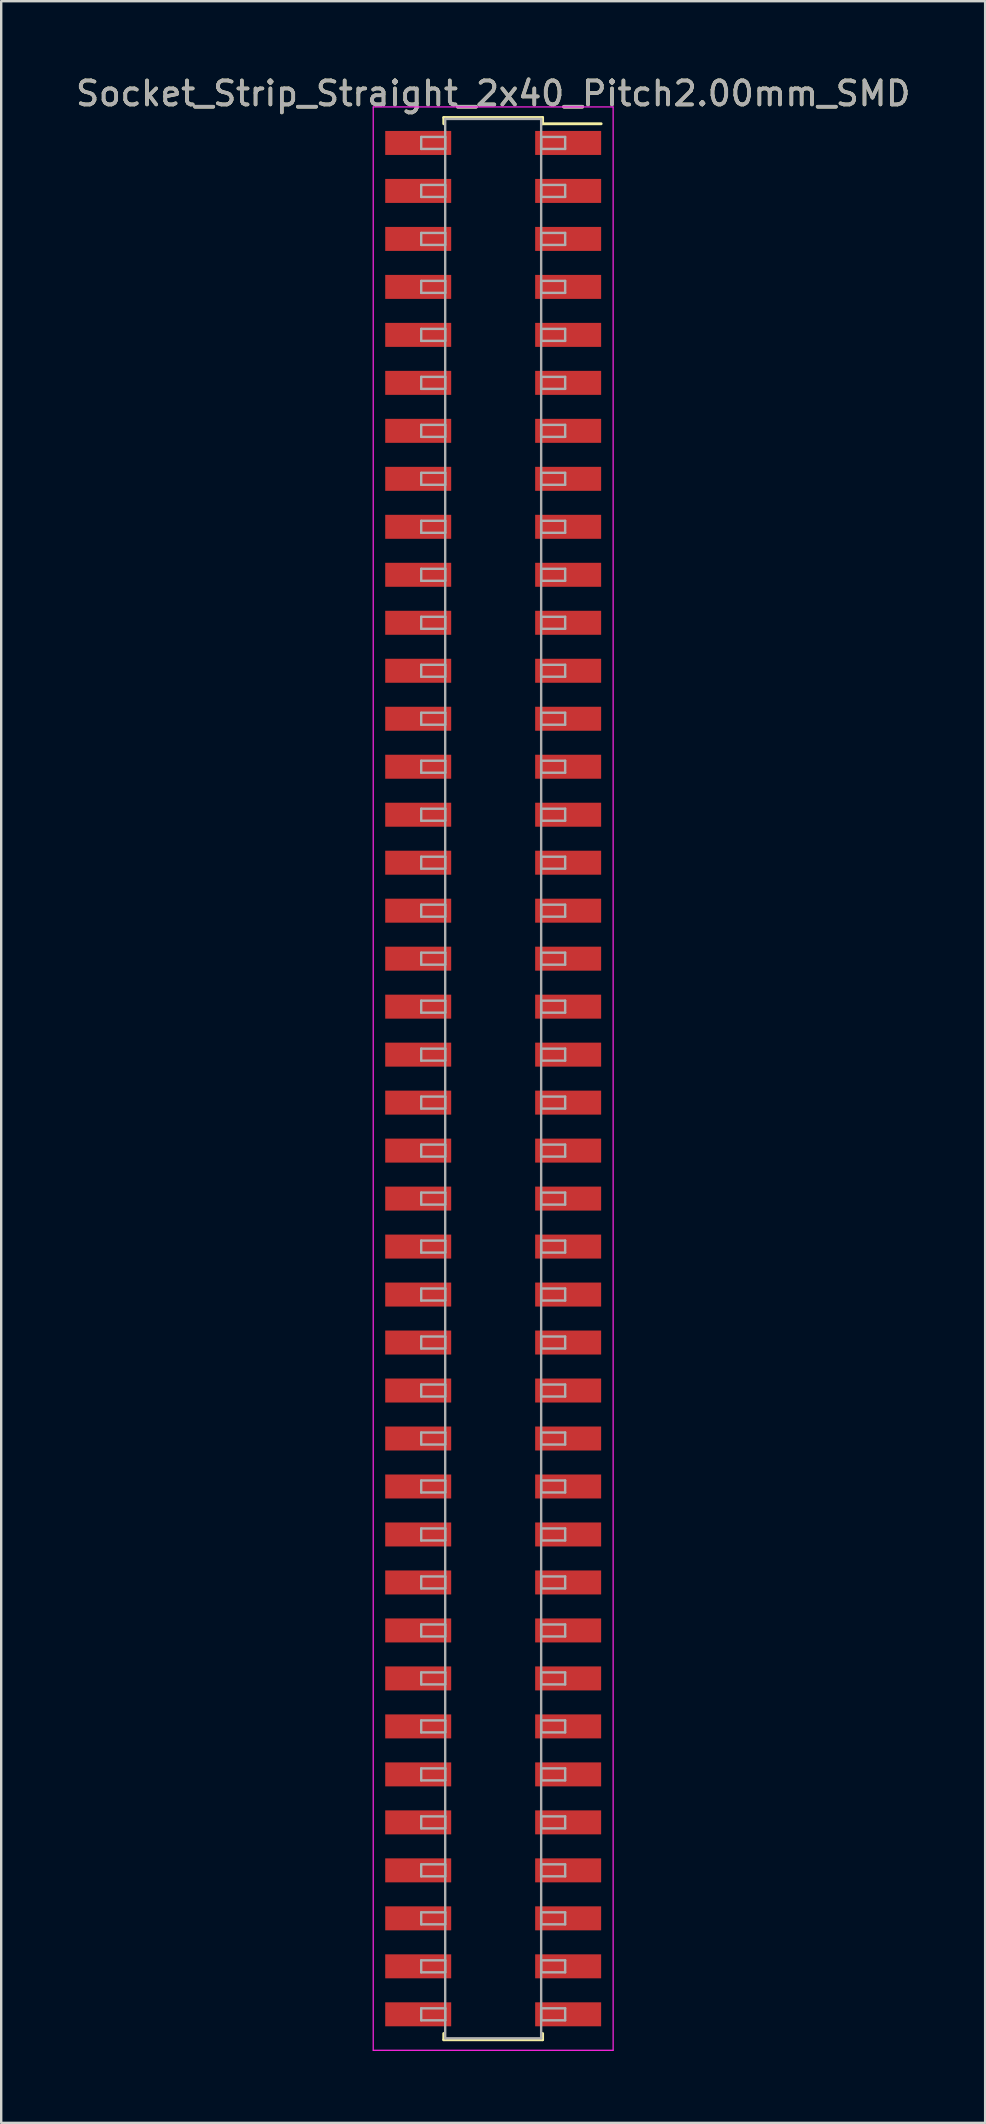
<source format=kicad_pcb>
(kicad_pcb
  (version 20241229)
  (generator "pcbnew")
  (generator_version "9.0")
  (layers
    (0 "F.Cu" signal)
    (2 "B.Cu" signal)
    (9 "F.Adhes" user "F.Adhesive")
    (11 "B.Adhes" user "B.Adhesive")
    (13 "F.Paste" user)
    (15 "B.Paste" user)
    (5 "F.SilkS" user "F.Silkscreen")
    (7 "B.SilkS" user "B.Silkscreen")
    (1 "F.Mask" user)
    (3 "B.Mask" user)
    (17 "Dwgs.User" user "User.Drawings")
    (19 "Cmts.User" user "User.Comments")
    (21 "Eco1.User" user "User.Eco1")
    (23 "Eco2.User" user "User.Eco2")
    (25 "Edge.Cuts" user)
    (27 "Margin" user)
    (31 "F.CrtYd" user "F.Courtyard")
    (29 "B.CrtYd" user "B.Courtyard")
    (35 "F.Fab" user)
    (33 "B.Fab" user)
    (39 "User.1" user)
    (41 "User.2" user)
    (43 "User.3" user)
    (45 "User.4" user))
  (footprint "Socket_Strip_Straight_2x40_Pitch2.00mm_SMD"
    (layer "F.Cu")
    (at 17.506 41.908)
    (property "Reference" "Socket_Strip_Straight_2x40_Pitch2.00mm_SMD" (at 0 -41.06 0) (layer "F.SilkS") (effects (font (size 1 1) (thickness 0.15))))
    (attr smd)
    (fp_line (start -2.06 -40.06) (end 2.06 -40.06) (stroke (width 0.12) (type solid)) (layer "F.SilkS"))
    (fp_line (start -2.06 -39.8) (end -2.06 -40.06) (stroke (width 0.12) (type solid)) (layer "F.SilkS"))
    (fp_line (start -2.06 39.8) (end -2.06 40.06) (stroke (width 0.12) (type solid)) (layer "F.SilkS"))
    (fp_line (start -2.06 40.06) (end 2.06 40.06) (stroke (width 0.12) (type solid)) (layer "F.SilkS"))
    (fp_line (start 2.06 -40.06) (end 2.06 -39.8) (stroke (width 0.12) (type solid)) (layer "F.SilkS"))
    (fp_line (start 2.06 40.06) (end 2.06 39.8) (stroke (width 0.12) (type solid)) (layer "F.SilkS"))
    (fp_line (start 4.5 -39.8) (end 2.06 -39.8) (stroke (width 0.12) (type solid)) (layer "F.SilkS"))
    (fp_line (start -5 -40.5) (end -5 40.5) (stroke (width 0.05) (type solid)) (layer "F.CrtYd"))
    (fp_line (start -5 40.5) (end 5 40.5) (stroke (width 0.05) (type solid)) (layer "F.CrtYd"))
    (fp_line (start 5 -40.5) (end -5 -40.5) (stroke (width 0.05) (type solid)) (layer "F.CrtYd"))
    (fp_line (start 5 40.5) (end 5 -40.5) (stroke (width 0.05) (type solid)) (layer "F.CrtYd"))
    (fp_line (start -3 -39.25) (end -2 -39.25) (stroke (width 0.1) (type solid)) (layer "F.Fab"))
    (fp_line (start -3 -38.75) (end -3 -39.25) (stroke (width 0.1) (type solid)) (layer "F.Fab"))
    (fp_line (start -3 -37.25) (end -2 -37.25) (stroke (width 0.1) (type solid)) (layer "F.Fab"))
    (fp_line (start -3 -36.75) (end -3 -37.25) (stroke (width 0.1) (type solid)) (layer "F.Fab"))
    (fp_line (start -3 -35.25) (end -2 -35.25) (stroke (width 0.1) (type solid)) (layer "F.Fab"))
    (fp_line (start -3 -34.75) (end -3 -35.25) (stroke (width 0.1) (type solid)) (layer "F.Fab"))
    (fp_line (start -3 -33.25) (end -2 -33.25) (stroke (width 0.1) (type solid)) (layer "F.Fab"))
    (fp_line (start -3 -32.75) (end -3 -33.25) (stroke (width 0.1) (type solid)) (layer "F.Fab"))
    (fp_line (start -3 -31.25) (end -2 -31.25) (stroke (width 0.1) (type solid)) (layer "F.Fab"))
    (fp_line (start -3 -30.75) (end -3 -31.25) (stroke (width 0.1) (type solid)) (layer "F.Fab"))
    (fp_line (start -3 -29.25) (end -2 -29.25) (stroke (width 0.1) (type solid)) (layer "F.Fab"))
    (fp_line (start -3 -28.75) (end -3 -29.25) (stroke (width 0.1) (type solid)) (layer "F.Fab"))
    (fp_line (start -3 -27.25) (end -2 -27.25) (stroke (width 0.1) (type solid)) (layer "F.Fab"))
    (fp_line (start -3 -26.75) (end -3 -27.25) (stroke (width 0.1) (type solid)) (layer "F.Fab"))
    (fp_line (start -3 -25.25) (end -2 -25.25) (stroke (width 0.1) (type solid)) (layer "F.Fab"))
    (fp_line (start -3 -24.75) (end -3 -25.25) (stroke (width 0.1) (type solid)) (layer "F.Fab"))
    (fp_line (start -3 -23.25) (end -2 -23.25) (stroke (width 0.1) (type solid)) (layer "F.Fab"))
    (fp_line (start -3 -22.75) (end -3 -23.25) (stroke (width 0.1) (type solid)) (layer "F.Fab"))
    (fp_line (start -3 -21.25) (end -2 -21.25) (stroke (width 0.1) (type solid)) (layer "F.Fab"))
    (fp_line (start -3 -20.75) (end -3 -21.25) (stroke (width 0.1) (type solid)) (layer "F.Fab"))
    (fp_line (start -3 -19.25) (end -2 -19.25) (stroke (width 0.1) (type solid)) (layer "F.Fab"))
    (fp_line (start -3 -18.75) (end -3 -19.25) (stroke (width 0.1) (type solid)) (layer "F.Fab"))
    (fp_line (start -3 -17.25) (end -2 -17.25) (stroke (width 0.1) (type solid)) (layer "F.Fab"))
    (fp_line (start -3 -16.75) (end -3 -17.25) (stroke (width 0.1) (type solid)) (layer "F.Fab"))
    (fp_line (start -3 -15.25) (end -2 -15.25) (stroke (width 0.1) (type solid)) (layer "F.Fab"))
    (fp_line (start -3 -14.75) (end -3 -15.25) (stroke (width 0.1) (type solid)) (layer "F.Fab"))
    (fp_line (start -3 -13.25) (end -2 -13.25) (stroke (width 0.1) (type solid)) (layer "F.Fab"))
    (fp_line (start -3 -12.75) (end -3 -13.25) (stroke (width 0.1) (type solid)) (layer "F.Fab"))
    (fp_line (start -3 -11.25) (end -2 -11.25) (stroke (width 0.1) (type solid)) (layer "F.Fab"))
    (fp_line (start -3 -10.75) (end -3 -11.25) (stroke (width 0.1) (type solid)) (layer "F.Fab"))
    (fp_line (start -3 -9.25) (end -2 -9.25) (stroke (width 0.1) (type solid)) (layer "F.Fab"))
    (fp_line (start -3 -8.75) (end -3 -9.25) (stroke (width 0.1) (type solid)) (layer "F.Fab"))
    (fp_line (start -3 -7.25) (end -2 -7.25) (stroke (width 0.1) (type solid)) (layer "F.Fab"))
    (fp_line (start -3 -6.75) (end -3 -7.25) (stroke (width 0.1) (type solid)) (layer "F.Fab"))
    (fp_line (start -3 -5.25) (end -2 -5.25) (stroke (width 0.1) (type solid)) (layer "F.Fab"))
    (fp_line (start -3 -4.75) (end -3 -5.25) (stroke (width 0.1) (type solid)) (layer "F.Fab"))
    (fp_line (start -3 -3.25) (end -2 -3.25) (stroke (width 0.1) (type solid)) (layer "F.Fab"))
    (fp_line (start -3 -2.75) (end -3 -3.25) (stroke (width 0.1) (type solid)) (layer "F.Fab"))
    (fp_line (start -3 -1.25) (end -2 -1.25) (stroke (width 0.1) (type solid)) (layer "F.Fab"))
    (fp_line (start -3 -0.75) (end -3 -1.25) (stroke (width 0.1) (type solid)) (layer "F.Fab"))
    (fp_line (start -3 0.75) (end -2 0.75) (stroke (width 0.1) (type solid)) (layer "F.Fab"))
    (fp_line (start -3 1.25) (end -3 0.75) (stroke (width 0.1) (type solid)) (layer "F.Fab"))
    (fp_line (start -3 2.75) (end -2 2.75) (stroke (width 0.1) (type solid)) (layer "F.Fab"))
    (fp_line (start -3 3.25) (end -3 2.75) (stroke (width 0.1) (type solid)) (layer "F.Fab"))
    (fp_line (start -3 4.75) (end -2 4.75) (stroke (width 0.1) (type solid)) (layer "F.Fab"))
    (fp_line (start -3 5.25) (end -3 4.75) (stroke (width 0.1) (type solid)) (layer "F.Fab"))
    (fp_line (start -3 6.75) (end -2 6.75) (stroke (width 0.1) (type solid)) (layer "F.Fab"))
    (fp_line (start -3 7.25) (end -3 6.75) (stroke (width 0.1) (type solid)) (layer "F.Fab"))
    (fp_line (start -3 8.75) (end -2 8.75) (stroke (width 0.1) (type solid)) (layer "F.Fab"))
    (fp_line (start -3 9.25) (end -3 8.75) (stroke (width 0.1) (type solid)) (layer "F.Fab"))
    (fp_line (start -3 10.75) (end -2 10.75) (stroke (width 0.1) (type solid)) (layer "F.Fab"))
    (fp_line (start -3 11.25) (end -3 10.75) (stroke (width 0.1) (type solid)) (layer "F.Fab"))
    (fp_line (start -3 12.75) (end -2 12.75) (stroke (width 0.1) (type solid)) (layer "F.Fab"))
    (fp_line (start -3 13.25) (end -3 12.75) (stroke (width 0.1) (type solid)) (layer "F.Fab"))
    (fp_line (start -3 14.75) (end -2 14.75) (stroke (width 0.1) (type solid)) (layer "F.Fab"))
    (fp_line (start -3 15.25) (end -3 14.75) (stroke (width 0.1) (type solid)) (layer "F.Fab"))
    (fp_line (start -3 16.75) (end -2 16.75) (stroke (width 0.1) (type solid)) (layer "F.Fab"))
    (fp_line (start -3 17.25) (end -3 16.75) (stroke (width 0.1) (type solid)) (layer "F.Fab"))
    (fp_line (start -3 18.75) (end -2 18.75) (stroke (width 0.1) (type solid)) (layer "F.Fab"))
    (fp_line (start -3 19.25) (end -3 18.75) (stroke (width 0.1) (type solid)) (layer "F.Fab"))
    (fp_line (start -3 20.75) (end -2 20.75) (stroke (width 0.1) (type solid)) (layer "F.Fab"))
    (fp_line (start -3 21.25) (end -3 20.75) (stroke (width 0.1) (type solid)) (layer "F.Fab"))
    (fp_line (start -3 22.75) (end -2 22.75) (stroke (width 0.1) (type solid)) (layer "F.Fab"))
    (fp_line (start -3 23.25) (end -3 22.75) (stroke (width 0.1) (type solid)) (layer "F.Fab"))
    (fp_line (start -3 24.75) (end -2 24.75) (stroke (width 0.1) (type solid)) (layer "F.Fab"))
    (fp_line (start -3 25.25) (end -3 24.75) (stroke (width 0.1) (type solid)) (layer "F.Fab"))
    (fp_line (start -3 26.75) (end -2 26.75) (stroke (width 0.1) (type solid)) (layer "F.Fab"))
    (fp_line (start -3 27.25) (end -3 26.75) (stroke (width 0.1) (type solid)) (layer "F.Fab"))
    (fp_line (start -3 28.75) (end -2 28.75) (stroke (width 0.1) (type solid)) (layer "F.Fab"))
    (fp_line (start -3 29.25) (end -3 28.75) (stroke (width 0.1) (type solid)) (layer "F.Fab"))
    (fp_line (start -3 30.75) (end -2 30.75) (stroke (width 0.1) (type solid)) (layer "F.Fab"))
    (fp_line (start -3 31.25) (end -3 30.75) (stroke (width 0.1) (type solid)) (layer "F.Fab"))
    (fp_line (start -3 32.75) (end -2 32.75) (stroke (width 0.1) (type solid)) (layer "F.Fab"))
    (fp_line (start -3 33.25) (end -3 32.75) (stroke (width 0.1) (type solid)) (layer "F.Fab"))
    (fp_line (start -3 34.75) (end -2 34.75) (stroke (width 0.1) (type solid)) (layer "F.Fab"))
    (fp_line (start -3 35.25) (end -3 34.75) (stroke (width 0.1) (type solid)) (layer "F.Fab"))
    (fp_line (start -3 36.75) (end -2 36.75) (stroke (width 0.1) (type solid)) (layer "F.Fab"))
    (fp_line (start -3 37.25) (end -3 36.75) (stroke (width 0.1) (type solid)) (layer "F.Fab"))
    (fp_line (start -3 38.75) (end -2 38.75) (stroke (width 0.1) (type solid)) (layer "F.Fab"))
    (fp_line (start -3 39.25) (end -3 38.75) (stroke (width 0.1) (type solid)) (layer "F.Fab"))
    (fp_line (start -2 -40) (end -2 40) (stroke (width 0.1) (type solid)) (layer "F.Fab"))
    (fp_line (start -2 -39.25) (end -2 -38.75) (stroke (width 0.1) (type solid)) (layer "F.Fab"))
    (fp_line (start -2 -38.75) (end -3 -38.75) (stroke (width 0.1) (type solid)) (layer "F.Fab"))
    (fp_line (start -2 -37.25) (end -2 -36.75) (stroke (width 0.1) (type solid)) (layer "F.Fab"))
    (fp_line (start -2 -36.75) (end -3 -36.75) (stroke (width 0.1) (type solid)) (layer "F.Fab"))
    (fp_line (start -2 -35.25) (end -2 -34.75) (stroke (width 0.1) (type solid)) (layer "F.Fab"))
    (fp_line (start -2 -34.75) (end -3 -34.75) (stroke (width 0.1) (type solid)) (layer "F.Fab"))
    (fp_line (start -2 -33.25) (end -2 -32.75) (stroke (width 0.1) (type solid)) (layer "F.Fab"))
    (fp_line (start -2 -32.75) (end -3 -32.75) (stroke (width 0.1) (type solid)) (layer "F.Fab"))
    (fp_line (start -2 -31.25) (end -2 -30.75) (stroke (width 0.1) (type solid)) (layer "F.Fab"))
    (fp_line (start -2 -30.75) (end -3 -30.75) (stroke (width 0.1) (type solid)) (layer "F.Fab"))
    (fp_line (start -2 -29.25) (end -2 -28.75) (stroke (width 0.1) (type solid)) (layer "F.Fab"))
    (fp_line (start -2 -28.75) (end -3 -28.75) (stroke (width 0.1) (type solid)) (layer "F.Fab"))
    (fp_line (start -2 -27.25) (end -2 -26.75) (stroke (width 0.1) (type solid)) (layer "F.Fab"))
    (fp_line (start -2 -26.75) (end -3 -26.75) (stroke (width 0.1) (type solid)) (layer "F.Fab"))
    (fp_line (start -2 -25.25) (end -2 -24.75) (stroke (width 0.1) (type solid)) (layer "F.Fab"))
    (fp_line (start -2 -24.75) (end -3 -24.75) (stroke (width 0.1) (type solid)) (layer "F.Fab"))
    (fp_line (start -2 -23.25) (end -2 -22.75) (stroke (width 0.1) (type solid)) (layer "F.Fab"))
    (fp_line (start -2 -22.75) (end -3 -22.75) (stroke (width 0.1) (type solid)) (layer "F.Fab"))
    (fp_line (start -2 -21.25) (end -2 -20.75) (stroke (width 0.1) (type solid)) (layer "F.Fab"))
    (fp_line (start -2 -20.75) (end -3 -20.75) (stroke (width 0.1) (type solid)) (layer "F.Fab"))
    (fp_line (start -2 -19.25) (end -2 -18.75) (stroke (width 0.1) (type solid)) (layer "F.Fab"))
    (fp_line (start -2 -18.75) (end -3 -18.75) (stroke (width 0.1) (type solid)) (layer "F.Fab"))
    (fp_line (start -2 -17.25) (end -2 -16.75) (stroke (width 0.1) (type solid)) (layer "F.Fab"))
    (fp_line (start -2 -16.75) (end -3 -16.75) (stroke (width 0.1) (type solid)) (layer "F.Fab"))
    (fp_line (start -2 -15.25) (end -2 -14.75) (stroke (width 0.1) (type solid)) (layer "F.Fab"))
    (fp_line (start -2 -14.75) (end -3 -14.75) (stroke (width 0.1) (type solid)) (layer "F.Fab"))
    (fp_line (start -2 -13.25) (end -2 -12.75) (stroke (width 0.1) (type solid)) (layer "F.Fab"))
    (fp_line (start -2 -12.75) (end -3 -12.75) (stroke (width 0.1) (type solid)) (layer "F.Fab"))
    (fp_line (start -2 -11.25) (end -2 -10.75) (stroke (width 0.1) (type solid)) (layer "F.Fab"))
    (fp_line (start -2 -10.75) (end -3 -10.75) (stroke (width 0.1) (type solid)) (layer "F.Fab"))
    (fp_line (start -2 -9.25) (end -2 -8.75) (stroke (width 0.1) (type solid)) (layer "F.Fab"))
    (fp_line (start -2 -8.75) (end -3 -8.75) (stroke (width 0.1) (type solid)) (layer "F.Fab"))
    (fp_line (start -2 -7.25) (end -2 -6.75) (stroke (width 0.1) (type solid)) (layer "F.Fab"))
    (fp_line (start -2 -6.75) (end -3 -6.75) (stroke (width 0.1) (type solid)) (layer "F.Fab"))
    (fp_line (start -2 -5.25) (end -2 -4.75) (stroke (width 0.1) (type solid)) (layer "F.Fab"))
    (fp_line (start -2 -4.75) (end -3 -4.75) (stroke (width 0.1) (type solid)) (layer "F.Fab"))
    (fp_line (start -2 -3.25) (end -2 -2.75) (stroke (width 0.1) (type solid)) (layer "F.Fab"))
    (fp_line (start -2 -2.75) (end -3 -2.75) (stroke (width 0.1) (type solid)) (layer "F.Fab"))
    (fp_line (start -2 -1.25) (end -2 -0.75) (stroke (width 0.1) (type solid)) (layer "F.Fab"))
    (fp_line (start -2 -0.75) (end -3 -0.75) (stroke (width 0.1) (type solid)) (layer "F.Fab"))
    (fp_line (start -2 0.75) (end -2 1.25) (stroke (width 0.1) (type solid)) (layer "F.Fab"))
    (fp_line (start -2 1.25) (end -3 1.25) (stroke (width 0.1) (type solid)) (layer "F.Fab"))
    (fp_line (start -2 2.75) (end -2 3.25) (stroke (width 0.1) (type solid)) (layer "F.Fab"))
    (fp_line (start -2 3.25) (end -3 3.25) (stroke (width 0.1) (type solid)) (layer "F.Fab"))
    (fp_line (start -2 4.75) (end -2 5.25) (stroke (width 0.1) (type solid)) (layer "F.Fab"))
    (fp_line (start -2 5.25) (end -3 5.25) (stroke (width 0.1) (type solid)) (layer "F.Fab"))
    (fp_line (start -2 6.75) (end -2 7.25) (stroke (width 0.1) (type solid)) (layer "F.Fab"))
    (fp_line (start -2 7.25) (end -3 7.25) (stroke (width 0.1) (type solid)) (layer "F.Fab"))
    (fp_line (start -2 8.75) (end -2 9.25) (stroke (width 0.1) (type solid)) (layer "F.Fab"))
    (fp_line (start -2 9.25) (end -3 9.25) (stroke (width 0.1) (type solid)) (layer "F.Fab"))
    (fp_line (start -2 10.75) (end -2 11.25) (stroke (width 0.1) (type solid)) (layer "F.Fab"))
    (fp_line (start -2 11.25) (end -3 11.25) (stroke (width 0.1) (type solid)) (layer "F.Fab"))
    (fp_line (start -2 12.75) (end -2 13.25) (stroke (width 0.1) (type solid)) (layer "F.Fab"))
    (fp_line (start -2 13.25) (end -3 13.25) (stroke (width 0.1) (type solid)) (layer "F.Fab"))
    (fp_line (start -2 14.75) (end -2 15.25) (stroke (width 0.1) (type solid)) (layer "F.Fab"))
    (fp_line (start -2 15.25) (end -3 15.25) (stroke (width 0.1) (type solid)) (layer "F.Fab"))
    (fp_line (start -2 16.75) (end -2 17.25) (stroke (width 0.1) (type solid)) (layer "F.Fab"))
    (fp_line (start -2 17.25) (end -3 17.25) (stroke (width 0.1) (type solid)) (layer "F.Fab"))
    (fp_line (start -2 18.75) (end -2 19.25) (stroke (width 0.1) (type solid)) (layer "F.Fab"))
    (fp_line (start -2 19.25) (end -3 19.25) (stroke (width 0.1) (type solid)) (layer "F.Fab"))
    (fp_line (start -2 20.75) (end -2 21.25) (stroke (width 0.1) (type solid)) (layer "F.Fab"))
    (fp_line (start -2 21.25) (end -3 21.25) (stroke (width 0.1) (type solid)) (layer "F.Fab"))
    (fp_line (start -2 22.75) (end -2 23.25) (stroke (width 0.1) (type solid)) (layer "F.Fab"))
    (fp_line (start -2 23.25) (end -3 23.25) (stroke (width 0.1) (type solid)) (layer "F.Fab"))
    (fp_line (start -2 24.75) (end -2 25.25) (stroke (width 0.1) (type solid)) (layer "F.Fab"))
    (fp_line (start -2 25.25) (end -3 25.25) (stroke (width 0.1) (type solid)) (layer "F.Fab"))
    (fp_line (start -2 26.75) (end -2 27.25) (stroke (width 0.1) (type solid)) (layer "F.Fab"))
    (fp_line (start -2 27.25) (end -3 27.25) (stroke (width 0.1) (type solid)) (layer "F.Fab"))
    (fp_line (start -2 28.75) (end -2 29.25) (stroke (width 0.1) (type solid)) (layer "F.Fab"))
    (fp_line (start -2 29.25) (end -3 29.25) (stroke (width 0.1) (type solid)) (layer "F.Fab"))
    (fp_line (start -2 30.75) (end -2 31.25) (stroke (width 0.1) (type solid)) (layer "F.Fab"))
    (fp_line (start -2 31.25) (end -3 31.25) (stroke (width 0.1) (type solid)) (layer "F.Fab"))
    (fp_line (start -2 32.75) (end -2 33.25) (stroke (width 0.1) (type solid)) (layer "F.Fab"))
    (fp_line (start -2 33.25) (end -3 33.25) (stroke (width 0.1) (type solid)) (layer "F.Fab"))
    (fp_line (start -2 34.75) (end -2 35.25) (stroke (width 0.1) (type solid)) (layer "F.Fab"))
    (fp_line (start -2 35.25) (end -3 35.25) (stroke (width 0.1) (type solid)) (layer "F.Fab"))
    (fp_line (start -2 36.75) (end -2 37.25) (stroke (width 0.1) (type solid)) (layer "F.Fab"))
    (fp_line (start -2 37.25) (end -3 37.25) (stroke (width 0.1) (type solid)) (layer "F.Fab"))
    (fp_line (start -2 38.75) (end -2 39.25) (stroke (width 0.1) (type solid)) (layer "F.Fab"))
    (fp_line (start -2 39.25) (end -3 39.25) (stroke (width 0.1) (type solid)) (layer "F.Fab"))
    (fp_line (start -2 40) (end 2 40) (stroke (width 0.1) (type solid)) (layer "F.Fab"))
    (fp_line (start 2 -40) (end -2 -40) (stroke (width 0.1) (type solid)) (layer "F.Fab"))
    (fp_line (start 2 -39.25) (end 2 -38.75) (stroke (width 0.1) (type solid)) (layer "F.Fab"))
    (fp_line (start 2 -38.75) (end 3 -38.75) (stroke (width 0.1) (type solid)) (layer "F.Fab"))
    (fp_line (start 2 -37.25) (end 2 -36.75) (stroke (width 0.1) (type solid)) (layer "F.Fab"))
    (fp_line (start 2 -36.75) (end 3 -36.75) (stroke (width 0.1) (type solid)) (layer "F.Fab"))
    (fp_line (start 2 -35.25) (end 2 -34.75) (stroke (width 0.1) (type solid)) (layer "F.Fab"))
    (fp_line (start 2 -34.75) (end 3 -34.75) (stroke (width 0.1) (type solid)) (layer "F.Fab"))
    (fp_line (start 2 -33.25) (end 2 -32.75) (stroke (width 0.1) (type solid)) (layer "F.Fab"))
    (fp_line (start 2 -32.75) (end 3 -32.75) (stroke (width 0.1) (type solid)) (layer "F.Fab"))
    (fp_line (start 2 -31.25) (end 2 -30.75) (stroke (width 0.1) (type solid)) (layer "F.Fab"))
    (fp_line (start 2 -30.75) (end 3 -30.75) (stroke (width 0.1) (type solid)) (layer "F.Fab"))
    (fp_line (start 2 -29.25) (end 2 -28.75) (stroke (width 0.1) (type solid)) (layer "F.Fab"))
    (fp_line (start 2 -28.75) (end 3 -28.75) (stroke (width 0.1) (type solid)) (layer "F.Fab"))
    (fp_line (start 2 -27.25) (end 2 -26.75) (stroke (width 0.1) (type solid)) (layer "F.Fab"))
    (fp_line (start 2 -26.75) (end 3 -26.75) (stroke (width 0.1) (type solid)) (layer "F.Fab"))
    (fp_line (start 2 -25.25) (end 2 -24.75) (stroke (width 0.1) (type solid)) (layer "F.Fab"))
    (fp_line (start 2 -24.75) (end 3 -24.75) (stroke (width 0.1) (type solid)) (layer "F.Fab"))
    (fp_line (start 2 -23.25) (end 2 -22.75) (stroke (width 0.1) (type solid)) (layer "F.Fab"))
    (fp_line (start 2 -22.75) (end 3 -22.75) (stroke (width 0.1) (type solid)) (layer "F.Fab"))
    (fp_line (start 2 -21.25) (end 2 -20.75) (stroke (width 0.1) (type solid)) (layer "F.Fab"))
    (fp_line (start 2 -20.75) (end 3 -20.75) (stroke (width 0.1) (type solid)) (layer "F.Fab"))
    (fp_line (start 2 -19.25) (end 2 -18.75) (stroke (width 0.1) (type solid)) (layer "F.Fab"))
    (fp_line (start 2 -18.75) (end 3 -18.75) (stroke (width 0.1) (type solid)) (layer "F.Fab"))
    (fp_line (start 2 -17.25) (end 2 -16.75) (stroke (width 0.1) (type solid)) (layer "F.Fab"))
    (fp_line (start 2 -16.75) (end 3 -16.75) (stroke (width 0.1) (type solid)) (layer "F.Fab"))
    (fp_line (start 2 -15.25) (end 2 -14.75) (stroke (width 0.1) (type solid)) (layer "F.Fab"))
    (fp_line (start 2 -14.75) (end 3 -14.75) (stroke (width 0.1) (type solid)) (layer "F.Fab"))
    (fp_line (start 2 -13.25) (end 2 -12.75) (stroke (width 0.1) (type solid)) (layer "F.Fab"))
    (fp_line (start 2 -12.75) (end 3 -12.75) (stroke (width 0.1) (type solid)) (layer "F.Fab"))
    (fp_line (start 2 -11.25) (end 2 -10.75) (stroke (width 0.1) (type solid)) (layer "F.Fab"))
    (fp_line (start 2 -10.75) (end 3 -10.75) (stroke (width 0.1) (type solid)) (layer "F.Fab"))
    (fp_line (start 2 -9.25) (end 2 -8.75) (stroke (width 0.1) (type solid)) (layer "F.Fab"))
    (fp_line (start 2 -8.75) (end 3 -8.75) (stroke (width 0.1) (type solid)) (layer "F.Fab"))
    (fp_line (start 2 -7.25) (end 2 -6.75) (stroke (width 0.1) (type solid)) (layer "F.Fab"))
    (fp_line (start 2 -6.75) (end 3 -6.75) (stroke (width 0.1) (type solid)) (layer "F.Fab"))
    (fp_line (start 2 -5.25) (end 2 -4.75) (stroke (width 0.1) (type solid)) (layer "F.Fab"))
    (fp_line (start 2 -4.75) (end 3 -4.75) (stroke (width 0.1) (type solid)) (layer "F.Fab"))
    (fp_line (start 2 -3.25) (end 2 -2.75) (stroke (width 0.1) (type solid)) (layer "F.Fab"))
    (fp_line (start 2 -2.75) (end 3 -2.75) (stroke (width 0.1) (type solid)) (layer "F.Fab"))
    (fp_line (start 2 -1.25) (end 2 -0.75) (stroke (width 0.1) (type solid)) (layer "F.Fab"))
    (fp_line (start 2 -0.75) (end 3 -0.75) (stroke (width 0.1) (type solid)) (layer "F.Fab"))
    (fp_line (start 2 0.75) (end 2 1.25) (stroke (width 0.1) (type solid)) (layer "F.Fab"))
    (fp_line (start 2 1.25) (end 3 1.25) (stroke (width 0.1) (type solid)) (layer "F.Fab"))
    (fp_line (start 2 2.75) (end 2 3.25) (stroke (width 0.1) (type solid)) (layer "F.Fab"))
    (fp_line (start 2 3.25) (end 3 3.25) (stroke (width 0.1) (type solid)) (layer "F.Fab"))
    (fp_line (start 2 4.75) (end 2 5.25) (stroke (width 0.1) (type solid)) (layer "F.Fab"))
    (fp_line (start 2 5.25) (end 3 5.25) (stroke (width 0.1) (type solid)) (layer "F.Fab"))
    (fp_line (start 2 6.75) (end 2 7.25) (stroke (width 0.1) (type solid)) (layer "F.Fab"))
    (fp_line (start 2 7.25) (end 3 7.25) (stroke (width 0.1) (type solid)) (layer "F.Fab"))
    (fp_line (start 2 8.75) (end 2 9.25) (stroke (width 0.1) (type solid)) (layer "F.Fab"))
    (fp_line (start 2 9.25) (end 3 9.25) (stroke (width 0.1) (type solid)) (layer "F.Fab"))
    (fp_line (start 2 10.75) (end 2 11.25) (stroke (width 0.1) (type solid)) (layer "F.Fab"))
    (fp_line (start 2 11.25) (end 3 11.25) (stroke (width 0.1) (type solid)) (layer "F.Fab"))
    (fp_line (start 2 12.75) (end 2 13.25) (stroke (width 0.1) (type solid)) (layer "F.Fab"))
    (fp_line (start 2 13.25) (end 3 13.25) (stroke (width 0.1) (type solid)) (layer "F.Fab"))
    (fp_line (start 2 14.75) (end 2 15.25) (stroke (width 0.1) (type solid)) (layer "F.Fab"))
    (fp_line (start 2 15.25) (end 3 15.25) (stroke (width 0.1) (type solid)) (layer "F.Fab"))
    (fp_line (start 2 16.75) (end 2 17.25) (stroke (width 0.1) (type solid)) (layer "F.Fab"))
    (fp_line (start 2 17.25) (end 3 17.25) (stroke (width 0.1) (type solid)) (layer "F.Fab"))
    (fp_line (start 2 18.75) (end 2 19.25) (stroke (width 0.1) (type solid)) (layer "F.Fab"))
    (fp_line (start 2 19.25) (end 3 19.25) (stroke (width 0.1) (type solid)) (layer "F.Fab"))
    (fp_line (start 2 20.75) (end 2 21.25) (stroke (width 0.1) (type solid)) (layer "F.Fab"))
    (fp_line (start 2 21.25) (end 3 21.25) (stroke (width 0.1) (type solid)) (layer "F.Fab"))
    (fp_line (start 2 22.75) (end 2 23.25) (stroke (width 0.1) (type solid)) (layer "F.Fab"))
    (fp_line (start 2 23.25) (end 3 23.25) (stroke (width 0.1) (type solid)) (layer "F.Fab"))
    (fp_line (start 2 24.75) (end 2 25.25) (stroke (width 0.1) (type solid)) (layer "F.Fab"))
    (fp_line (start 2 25.25) (end 3 25.25) (stroke (width 0.1) (type solid)) (layer "F.Fab"))
    (fp_line (start 2 26.75) (end 2 27.25) (stroke (width 0.1) (type solid)) (layer "F.Fab"))
    (fp_line (start 2 27.25) (end 3 27.25) (stroke (width 0.1) (type solid)) (layer "F.Fab"))
    (fp_line (start 2 28.75) (end 2 29.25) (stroke (width 0.1) (type solid)) (layer "F.Fab"))
    (fp_line (start 2 29.25) (end 3 29.25) (stroke (width 0.1) (type solid)) (layer "F.Fab"))
    (fp_line (start 2 30.75) (end 2 31.25) (stroke (width 0.1) (type solid)) (layer "F.Fab"))
    (fp_line (start 2 31.25) (end 3 31.25) (stroke (width 0.1) (type solid)) (layer "F.Fab"))
    (fp_line (start 2 32.75) (end 2 33.25) (stroke (width 0.1) (type solid)) (layer "F.Fab"))
    (fp_line (start 2 33.25) (end 3 33.25) (stroke (width 0.1) (type solid)) (layer "F.Fab"))
    (fp_line (start 2 34.75) (end 2 35.25) (stroke (width 0.1) (type solid)) (layer "F.Fab"))
    (fp_line (start 2 35.25) (end 3 35.25) (stroke (width 0.1) (type solid)) (layer "F.Fab"))
    (fp_line (start 2 36.75) (end 2 37.25) (stroke (width 0.1) (type solid)) (layer "F.Fab"))
    (fp_line (start 2 37.25) (end 3 37.25) (stroke (width 0.1) (type solid)) (layer "F.Fab"))
    (fp_line (start 2 38.75) (end 2 39.25) (stroke (width 0.1) (type solid)) (layer "F.Fab"))
    (fp_line (start 2 39.25) (end 3 39.25) (stroke (width 0.1) (type solid)) (layer "F.Fab"))
    (fp_line (start 2 40) (end 2 -40) (stroke (width 0.1) (type solid)) (layer "F.Fab"))
    (fp_line (start 3 -39.25) (end 2 -39.25) (stroke (width 0.1) (type solid)) (layer "F.Fab"))
    (fp_line (start 3 -38.75) (end 3 -39.25) (stroke (width 0.1) (type solid)) (layer "F.Fab"))
    (fp_line (start 3 -37.25) (end 2 -37.25) (stroke (width 0.1) (type solid)) (layer "F.Fab"))
    (fp_line (start 3 -36.75) (end 3 -37.25) (stroke (width 0.1) (type solid)) (layer "F.Fab"))
    (fp_line (start 3 -35.25) (end 2 -35.25) (stroke (width 0.1) (type solid)) (layer "F.Fab"))
    (fp_line (start 3 -34.75) (end 3 -35.25) (stroke (width 0.1) (type solid)) (layer "F.Fab"))
    (fp_line (start 3 -33.25) (end 2 -33.25) (stroke (width 0.1) (type solid)) (layer "F.Fab"))
    (fp_line (start 3 -32.75) (end 3 -33.25) (stroke (width 0.1) (type solid)) (layer "F.Fab"))
    (fp_line (start 3 -31.25) (end 2 -31.25) (stroke (width 0.1) (type solid)) (layer "F.Fab"))
    (fp_line (start 3 -30.75) (end 3 -31.25) (stroke (width 0.1) (type solid)) (layer "F.Fab"))
    (fp_line (start 3 -29.25) (end 2 -29.25) (stroke (width 0.1) (type solid)) (layer "F.Fab"))
    (fp_line (start 3 -28.75) (end 3 -29.25) (stroke (width 0.1) (type solid)) (layer "F.Fab"))
    (fp_line (start 3 -27.25) (end 2 -27.25) (stroke (width 0.1) (type solid)) (layer "F.Fab"))
    (fp_line (start 3 -26.75) (end 3 -27.25) (stroke (width 0.1) (type solid)) (layer "F.Fab"))
    (fp_line (start 3 -25.25) (end 2 -25.25) (stroke (width 0.1) (type solid)) (layer "F.Fab"))
    (fp_line (start 3 -24.75) (end 3 -25.25) (stroke (width 0.1) (type solid)) (layer "F.Fab"))
    (fp_line (start 3 -23.25) (end 2 -23.25) (stroke (width 0.1) (type solid)) (layer "F.Fab"))
    (fp_line (start 3 -22.75) (end 3 -23.25) (stroke (width 0.1) (type solid)) (layer "F.Fab"))
    (fp_line (start 3 -21.25) (end 2 -21.25) (stroke (width 0.1) (type solid)) (layer "F.Fab"))
    (fp_line (start 3 -20.75) (end 3 -21.25) (stroke (width 0.1) (type solid)) (layer "F.Fab"))
    (fp_line (start 3 -19.25) (end 2 -19.25) (stroke (width 0.1) (type solid)) (layer "F.Fab"))
    (fp_line (start 3 -18.75) (end 3 -19.25) (stroke (width 0.1) (type solid)) (layer "F.Fab"))
    (fp_line (start 3 -17.25) (end 2 -17.25) (stroke (width 0.1) (type solid)) (layer "F.Fab"))
    (fp_line (start 3 -16.75) (end 3 -17.25) (stroke (width 0.1) (type solid)) (layer "F.Fab"))
    (fp_line (start 3 -15.25) (end 2 -15.25) (stroke (width 0.1) (type solid)) (layer "F.Fab"))
    (fp_line (start 3 -14.75) (end 3 -15.25) (stroke (width 0.1) (type solid)) (layer "F.Fab"))
    (fp_line (start 3 -13.25) (end 2 -13.25) (stroke (width 0.1) (type solid)) (layer "F.Fab"))
    (fp_line (start 3 -12.75) (end 3 -13.25) (stroke (width 0.1) (type solid)) (layer "F.Fab"))
    (fp_line (start 3 -11.25) (end 2 -11.25) (stroke (width 0.1) (type solid)) (layer "F.Fab"))
    (fp_line (start 3 -10.75) (end 3 -11.25) (stroke (width 0.1) (type solid)) (layer "F.Fab"))
    (fp_line (start 3 -9.25) (end 2 -9.25) (stroke (width 0.1) (type solid)) (layer "F.Fab"))
    (fp_line (start 3 -8.75) (end 3 -9.25) (stroke (width 0.1) (type solid)) (layer "F.Fab"))
    (fp_line (start 3 -7.25) (end 2 -7.25) (stroke (width 0.1) (type solid)) (layer "F.Fab"))
    (fp_line (start 3 -6.75) (end 3 -7.25) (stroke (width 0.1) (type solid)) (layer "F.Fab"))
    (fp_line (start 3 -5.25) (end 2 -5.25) (stroke (width 0.1) (type solid)) (layer "F.Fab"))
    (fp_line (start 3 -4.75) (end 3 -5.25) (stroke (width 0.1) (type solid)) (layer "F.Fab"))
    (fp_line (start 3 -3.25) (end 2 -3.25) (stroke (width 0.1) (type solid)) (layer "F.Fab"))
    (fp_line (start 3 -2.75) (end 3 -3.25) (stroke (width 0.1) (type solid)) (layer "F.Fab"))
    (fp_line (start 3 -1.25) (end 2 -1.25) (stroke (width 0.1) (type solid)) (layer "F.Fab"))
    (fp_line (start 3 -0.75) (end 3 -1.25) (stroke (width 0.1) (type solid)) (layer "F.Fab"))
    (fp_line (start 3 0.75) (end 2 0.75) (stroke (width 0.1) (type solid)) (layer "F.Fab"))
    (fp_line (start 3 1.25) (end 3 0.75) (stroke (width 0.1) (type solid)) (layer "F.Fab"))
    (fp_line (start 3 2.75) (end 2 2.75) (stroke (width 0.1) (type solid)) (layer "F.Fab"))
    (fp_line (start 3 3.25) (end 3 2.75) (stroke (width 0.1) (type solid)) (layer "F.Fab"))
    (fp_line (start 3 4.75) (end 2 4.75) (stroke (width 0.1) (type solid)) (layer "F.Fab"))
    (fp_line (start 3 5.25) (end 3 4.75) (stroke (width 0.1) (type solid)) (layer "F.Fab"))
    (fp_line (start 3 6.75) (end 2 6.75) (stroke (width 0.1) (type solid)) (layer "F.Fab"))
    (fp_line (start 3 7.25) (end 3 6.75) (stroke (width 0.1) (type solid)) (layer "F.Fab"))
    (fp_line (start 3 8.75) (end 2 8.75) (stroke (width 0.1) (type solid)) (layer "F.Fab"))
    (fp_line (start 3 9.25) (end 3 8.75) (stroke (width 0.1) (type solid)) (layer "F.Fab"))
    (fp_line (start 3 10.75) (end 2 10.75) (stroke (width 0.1) (type solid)) (layer "F.Fab"))
    (fp_line (start 3 11.25) (end 3 10.75) (stroke (width 0.1) (type solid)) (layer "F.Fab"))
    (fp_line (start 3 12.75) (end 2 12.75) (stroke (width 0.1) (type solid)) (layer "F.Fab"))
    (fp_line (start 3 13.25) (end 3 12.75) (stroke (width 0.1) (type solid)) (layer "F.Fab"))
    (fp_line (start 3 14.75) (end 2 14.75) (stroke (width 0.1) (type solid)) (layer "F.Fab"))
    (fp_line (start 3 15.25) (end 3 14.75) (stroke (width 0.1) (type solid)) (layer "F.Fab"))
    (fp_line (start 3 16.75) (end 2 16.75) (stroke (width 0.1) (type solid)) (layer "F.Fab"))
    (fp_line (start 3 17.25) (end 3 16.75) (stroke (width 0.1) (type solid)) (layer "F.Fab"))
    (fp_line (start 3 18.75) (end 2 18.75) (stroke (width 0.1) (type solid)) (layer "F.Fab"))
    (fp_line (start 3 19.25) (end 3 18.75) (stroke (width 0.1) (type solid)) (layer "F.Fab"))
    (fp_line (start 3 20.75) (end 2 20.75) (stroke (width 0.1) (type solid)) (layer "F.Fab"))
    (fp_line (start 3 21.25) (end 3 20.75) (stroke (width 0.1) (type solid)) (layer "F.Fab"))
    (fp_line (start 3 22.75) (end 2 22.75) (stroke (width 0.1) (type solid)) (layer "F.Fab"))
    (fp_line (start 3 23.25) (end 3 22.75) (stroke (width 0.1) (type solid)) (layer "F.Fab"))
    (fp_line (start 3 24.75) (end 2 24.75) (stroke (width 0.1) (type solid)) (layer "F.Fab"))
    (fp_line (start 3 25.25) (end 3 24.75) (stroke (width 0.1) (type solid)) (layer "F.Fab"))
    (fp_line (start 3 26.75) (end 2 26.75) (stroke (width 0.1) (type solid)) (layer "F.Fab"))
    (fp_line (start 3 27.25) (end 3 26.75) (stroke (width 0.1) (type solid)) (layer "F.Fab"))
    (fp_line (start 3 28.75) (end 2 28.75) (stroke (width 0.1) (type solid)) (layer "F.Fab"))
    (fp_line (start 3 29.25) (end 3 28.75) (stroke (width 0.1) (type solid)) (layer "F.Fab"))
    (fp_line (start 3 30.75) (end 2 30.75) (stroke (width 0.1) (type solid)) (layer "F.Fab"))
    (fp_line (start 3 31.25) (end 3 30.75) (stroke (width 0.1) (type solid)) (layer "F.Fab"))
    (fp_line (start 3 32.75) (end 2 32.75) (stroke (width 0.1) (type solid)) (layer "F.Fab"))
    (fp_line (start 3 33.25) (end 3 32.75) (stroke (width 0.1) (type solid)) (layer "F.Fab"))
    (fp_line (start 3 34.75) (end 2 34.75) (stroke (width 0.1) (type solid)) (layer "F.Fab"))
    (fp_line (start 3 35.25) (end 3 34.75) (stroke (width 0.1) (type solid)) (layer "F.Fab"))
    (fp_line (start 3 36.75) (end 2 36.75) (stroke (width 0.1) (type solid)) (layer "F.Fab"))
    (fp_line (start 3 37.25) (end 3 36.75) (stroke (width 0.1) (type solid)) (layer "F.Fab"))
    (fp_line (start 3 38.75) (end 2 38.75) (stroke (width 0.1) (type solid)) (layer "F.Fab"))
    (fp_line (start 3 39.25) (end 3 38.75) (stroke (width 0.1) (type solid)) (layer "F.Fab"))
    (fp_text user "${REFERENCE}" (at 0 -41.06 0) (layer "F.Fab") (effects (font (size 1 1) (thickness 0.15))))
    (pad "1" smd rect (at 3.125 -39) (size 2.75 1) (layers "F.Cu" "F.Mask" "F.Paste"))
    (pad "2" smd rect (at -3.125 -39) (size 2.75 1) (layers "F.Cu" "F.Mask" "F.Paste"))
    (pad "3" smd rect (at 3.125 -37) (size 2.75 1) (layers "F.Cu" "F.Mask" "F.Paste"))
    (pad "4" smd rect (at -3.125 -37) (size 2.75 1) (layers "F.Cu" "F.Mask" "F.Paste"))
    (pad "5" smd rect (at 3.125 -35) (size 2.75 1) (layers "F.Cu" "F.Mask" "F.Paste"))
    (pad "6" smd rect (at -3.125 -35) (size 2.75 1) (layers "F.Cu" "F.Mask" "F.Paste"))
    (pad "7" smd rect (at 3.125 -33) (size 2.75 1) (layers "F.Cu" "F.Mask" "F.Paste"))
    (pad "8" smd rect (at -3.125 -33) (size 2.75 1) (layers "F.Cu" "F.Mask" "F.Paste"))
    (pad "9" smd rect (at 3.125 -31) (size 2.75 1) (layers "F.Cu" "F.Mask" "F.Paste"))
    (pad "10" smd rect (at -3.125 -31) (size 2.75 1) (layers "F.Cu" "F.Mask" "F.Paste"))
    (pad "11" smd rect (at 3.125 -29) (size 2.75 1) (layers "F.Cu" "F.Mask" "F.Paste"))
    (pad "12" smd rect (at -3.125 -29) (size 2.75 1) (layers "F.Cu" "F.Mask" "F.Paste"))
    (pad "13" smd rect (at 3.125 -27) (size 2.75 1) (layers "F.Cu" "F.Mask" "F.Paste"))
    (pad "14" smd rect (at -3.125 -27) (size 2.75 1) (layers "F.Cu" "F.Mask" "F.Paste"))
    (pad "15" smd rect (at 3.125 -25) (size 2.75 1) (layers "F.Cu" "F.Mask" "F.Paste"))
    (pad "16" smd rect (at -3.125 -25) (size 2.75 1) (layers "F.Cu" "F.Mask" "F.Paste"))
    (pad "17" smd rect (at 3.125 -23) (size 2.75 1) (layers "F.Cu" "F.Mask" "F.Paste"))
    (pad "18" smd rect (at -3.125 -23) (size 2.75 1) (layers "F.Cu" "F.Mask" "F.Paste"))
    (pad "19" smd rect (at 3.125 -21) (size 2.75 1) (layers "F.Cu" "F.Mask" "F.Paste"))
    (pad "20" smd rect (at -3.125 -21) (size 2.75 1) (layers "F.Cu" "F.Mask" "F.Paste"))
    (pad "21" smd rect (at 3.125 -19) (size 2.75 1) (layers "F.Cu" "F.Mask" "F.Paste"))
    (pad "22" smd rect (at -3.125 -19) (size 2.75 1) (layers "F.Cu" "F.Mask" "F.Paste"))
    (pad "23" smd rect (at 3.125 -17) (size 2.75 1) (layers "F.Cu" "F.Mask" "F.Paste"))
    (pad "24" smd rect (at -3.125 -17) (size 2.75 1) (layers "F.Cu" "F.Mask" "F.Paste"))
    (pad "25" smd rect (at 3.125 -15) (size 2.75 1) (layers "F.Cu" "F.Mask" "F.Paste"))
    (pad "26" smd rect (at -3.125 -15) (size 2.75 1) (layers "F.Cu" "F.Mask" "F.Paste"))
    (pad "27" smd rect (at 3.125 -13) (size 2.75 1) (layers "F.Cu" "F.Mask" "F.Paste"))
    (pad "28" smd rect (at -3.125 -13) (size 2.75 1) (layers "F.Cu" "F.Mask" "F.Paste"))
    (pad "29" smd rect (at 3.125 -11) (size 2.75 1) (layers "F.Cu" "F.Mask" "F.Paste"))
    (pad "30" smd rect (at -3.125 -11) (size 2.75 1) (layers "F.Cu" "F.Mask" "F.Paste"))
    (pad "31" smd rect (at 3.125 -9) (size 2.75 1) (layers "F.Cu" "F.Mask" "F.Paste"))
    (pad "32" smd rect (at -3.125 -9) (size 2.75 1) (layers "F.Cu" "F.Mask" "F.Paste"))
    (pad "33" smd rect (at 3.125 -7) (size 2.75 1) (layers "F.Cu" "F.Mask" "F.Paste"))
    (pad "34" smd rect (at -3.125 -7) (size 2.75 1) (layers "F.Cu" "F.Mask" "F.Paste"))
    (pad "35" smd rect (at 3.125 -5) (size 2.75 1) (layers "F.Cu" "F.Mask" "F.Paste"))
    (pad "36" smd rect (at -3.125 -5) (size 2.75 1) (layers "F.Cu" "F.Mask" "F.Paste"))
    (pad "37" smd rect (at 3.125 -3) (size 2.75 1) (layers "F.Cu" "F.Mask" "F.Paste"))
    (pad "38" smd rect (at -3.125 -3) (size 2.75 1) (layers "F.Cu" "F.Mask" "F.Paste"))
    (pad "39" smd rect (at 3.125 -1) (size 2.75 1) (layers "F.Cu" "F.Mask" "F.Paste"))
    (pad "40" smd rect (at -3.125 -1) (size 2.75 1) (layers "F.Cu" "F.Mask" "F.Paste"))
    (pad "41" smd rect (at 3.125 1) (size 2.75 1) (layers "F.Cu" "F.Mask" "F.Paste"))
    (pad "42" smd rect (at -3.125 1) (size 2.75 1) (layers "F.Cu" "F.Mask" "F.Paste"))
    (pad "43" smd rect (at 3.125 3) (size 2.75 1) (layers "F.Cu" "F.Mask" "F.Paste"))
    (pad "44" smd rect (at -3.125 3) (size 2.75 1) (layers "F.Cu" "F.Mask" "F.Paste"))
    (pad "45" smd rect (at 3.125 5) (size 2.75 1) (layers "F.Cu" "F.Mask" "F.Paste"))
    (pad "46" smd rect (at -3.125 5) (size 2.75 1) (layers "F.Cu" "F.Mask" "F.Paste"))
    (pad "47" smd rect (at 3.125 7) (size 2.75 1) (layers "F.Cu" "F.Mask" "F.Paste"))
    (pad "48" smd rect (at -3.125 7) (size 2.75 1) (layers "F.Cu" "F.Mask" "F.Paste"))
    (pad "49" smd rect (at 3.125 9) (size 2.75 1) (layers "F.Cu" "F.Mask" "F.Paste"))
    (pad "50" smd rect (at -3.125 9) (size 2.75 1) (layers "F.Cu" "F.Mask" "F.Paste"))
    (pad "51" smd rect (at 3.125 11) (size 2.75 1) (layers "F.Cu" "F.Mask" "F.Paste"))
    (pad "52" smd rect (at -3.125 11) (size 2.75 1) (layers "F.Cu" "F.Mask" "F.Paste"))
    (pad "53" smd rect (at 3.125 13) (size 2.75 1) (layers "F.Cu" "F.Mask" "F.Paste"))
    (pad "54" smd rect (at -3.125 13) (size 2.75 1) (layers "F.Cu" "F.Mask" "F.Paste"))
    (pad "55" smd rect (at 3.125 15) (size 2.75 1) (layers "F.Cu" "F.Mask" "F.Paste"))
    (pad "56" smd rect (at -3.125 15) (size 2.75 1) (layers "F.Cu" "F.Mask" "F.Paste"))
    (pad "57" smd rect (at 3.125 17) (size 2.75 1) (layers "F.Cu" "F.Mask" "F.Paste"))
    (pad "58" smd rect (at -3.125 17) (size 2.75 1) (layers "F.Cu" "F.Mask" "F.Paste"))
    (pad "59" smd rect (at 3.125 19) (size 2.75 1) (layers "F.Cu" "F.Mask" "F.Paste"))
    (pad "60" smd rect (at -3.125 19) (size 2.75 1) (layers "F.Cu" "F.Mask" "F.Paste"))
    (pad "61" smd rect (at 3.125 21) (size 2.75 1) (layers "F.Cu" "F.Mask" "F.Paste"))
    (pad "62" smd rect (at -3.125 21) (size 2.75 1) (layers "F.Cu" "F.Mask" "F.Paste"))
    (pad "63" smd rect (at 3.125 23) (size 2.75 1) (layers "F.Cu" "F.Mask" "F.Paste"))
    (pad "64" smd rect (at -3.125 23) (size 2.75 1) (layers "F.Cu" "F.Mask" "F.Paste"))
    (pad "65" smd rect (at 3.125 25) (size 2.75 1) (layers "F.Cu" "F.Mask" "F.Paste"))
    (pad "66" smd rect (at -3.125 25) (size 2.75 1) (layers "F.Cu" "F.Mask" "F.Paste"))
    (pad "67" smd rect (at 3.125 27) (size 2.75 1) (layers "F.Cu" "F.Mask" "F.Paste"))
    (pad "68" smd rect (at -3.125 27) (size 2.75 1) (layers "F.Cu" "F.Mask" "F.Paste"))
    (pad "69" smd rect (at 3.125 29) (size 2.75 1) (layers "F.Cu" "F.Mask" "F.Paste"))
    (pad "70" smd rect (at -3.125 29) (size 2.75 1) (layers "F.Cu" "F.Mask" "F.Paste"))
    (pad "71" smd rect (at 3.125 31) (size 2.75 1) (layers "F.Cu" "F.Mask" "F.Paste"))
    (pad "72" smd rect (at -3.125 31) (size 2.75 1) (layers "F.Cu" "F.Mask" "F.Paste"))
    (pad "73" smd rect (at 3.125 33) (size 2.75 1) (layers "F.Cu" "F.Mask" "F.Paste"))
    (pad "74" smd rect (at -3.125 33) (size 2.75 1) (layers "F.Cu" "F.Mask" "F.Paste"))
    (pad "75" smd rect (at 3.125 35) (size 2.75 1) (layers "F.Cu" "F.Mask" "F.Paste"))
    (pad "76" smd rect (at -3.125 35) (size 2.75 1) (layers "F.Cu" "F.Mask" "F.Paste"))
    (pad "77" smd rect (at 3.125 37) (size 2.75 1) (layers "F.Cu" "F.Mask" "F.Paste"))
    (pad "78" smd rect (at -3.125 37) (size 2.75 1) (layers "F.Cu" "F.Mask" "F.Paste"))
    (pad "79" smd rect (at 3.125 39) (size 2.75 1) (layers "F.Cu" "F.Mask" "F.Paste"))
    (pad "80" smd rect (at -3.125 39) (size 2.75 1) (layers "F.Cu" "F.Mask" "F.Paste")))
  (gr_rect
    (start -3 -3)
    (end 38.012 85.433)
    (stroke (width 0.1) (type default))
    (fill no)
    (layer "Edge.Cuts")))
</source>
